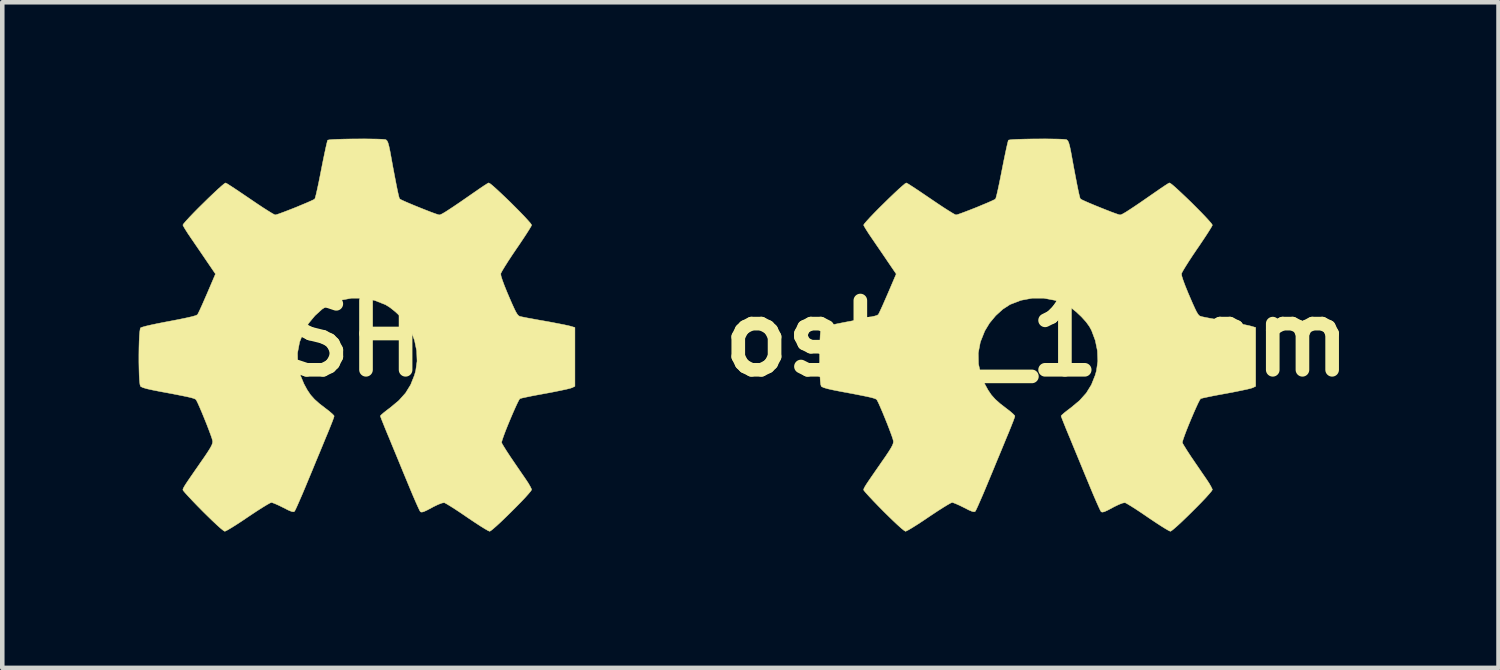
<source format=kicad_pcb>
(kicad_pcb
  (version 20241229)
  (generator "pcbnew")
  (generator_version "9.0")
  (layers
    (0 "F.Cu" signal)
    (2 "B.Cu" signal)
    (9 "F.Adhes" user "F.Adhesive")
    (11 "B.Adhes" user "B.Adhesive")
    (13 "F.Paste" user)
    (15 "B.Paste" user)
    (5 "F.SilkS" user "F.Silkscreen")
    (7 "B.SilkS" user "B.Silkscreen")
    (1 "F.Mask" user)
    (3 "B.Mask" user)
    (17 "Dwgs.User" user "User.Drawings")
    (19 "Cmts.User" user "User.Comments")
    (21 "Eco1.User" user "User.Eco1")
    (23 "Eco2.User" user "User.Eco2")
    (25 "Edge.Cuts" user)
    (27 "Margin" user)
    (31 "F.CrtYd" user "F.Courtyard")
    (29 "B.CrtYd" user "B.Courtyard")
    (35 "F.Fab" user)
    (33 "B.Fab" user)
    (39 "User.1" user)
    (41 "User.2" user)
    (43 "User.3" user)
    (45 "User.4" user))
  (footprint "oshw_10mm"
    (layer "F.Cu")
    (at 19.757 4.395)
    (property "Reference" "oshw_10mm" (at 0 0 0) (layer "F.SilkS") (effects (font (size 1.524 1.524) (thickness 0.3))))
    (attr through_hole)
    (fp_poly (pts (xy 0.332 -4.388) (xy 0.462 -4.386) (xy 0.566 -4.382) (xy 0.634 -4.376) (xy 0.657 -4.371) (xy 0.681 -4.348) (xy 0.702 -4.304) (xy 0.723 -4.228) (xy 0.747 -4.115) (xy 0.762 -4.033) (xy 0.811 -3.764) (xy 0.853 -3.543) (xy 0.887 -3.367) (xy 0.914 -3.235) (xy 0.935 -3.142) (xy 0.95 -3.088) (xy 0.959 -3.07) (xy 0.991 -3.051) (xy 1.062 -3.018) (xy 1.161 -2.975) (xy 1.278 -2.926) (xy 1.404 -2.875) (xy 1.53 -2.825) (xy 1.645 -2.78) (xy 1.741 -2.745) (xy 1.807 -2.723) (xy 1.831 -2.718) (xy 1.854 -2.723) (xy 1.893 -2.742) (xy 1.951 -2.775) (xy 2.032 -2.827) (xy 2.14 -2.898) (xy 2.279 -2.992) (xy 2.451 -3.111) (xy 2.627 -3.233) (xy 2.728 -3.303) (xy 2.816 -3.362) (xy 2.882 -3.404) (xy 2.915 -3.422) (xy 2.942 -3.409) (xy 2.998 -3.365) (xy 3.077 -3.295) (xy 3.173 -3.206) (xy 3.281 -3.104) (xy 3.395 -2.994) (xy 3.508 -2.881) (xy 3.615 -2.773) (xy 3.709 -2.675) (xy 3.785 -2.592) (xy 3.838 -2.531) (xy 3.86 -2.496) (xy 3.861 -2.494) (xy 3.847 -2.464) (xy 3.808 -2.399) (xy 3.748 -2.304) (xy 3.671 -2.187) (xy 3.582 -2.054) (xy 3.526 -1.973) (xy 3.43 -1.831) (xy 3.344 -1.7) (xy 3.272 -1.586) (xy 3.218 -1.497) (xy 3.187 -1.439) (xy 3.182 -1.422) (xy 3.188 -1.374) (xy 3.216 -1.285) (xy 3.262 -1.161) (xy 3.325 -1.006) (xy 3.358 -0.929) (xy 3.424 -0.776) (xy 3.475 -0.664) (xy 3.513 -0.586) (xy 3.544 -0.535) (xy 3.57 -0.504) (xy 3.596 -0.488) (xy 3.62 -0.481) (xy 3.669 -0.471) (xy 3.758 -0.453) (xy 3.879 -0.431) (xy 4.02 -0.405) (xy 4.153 -0.382) (xy 4.307 -0.354) (xy 4.451 -0.326) (xy 4.574 -0.302) (xy 4.666 -0.282) (xy 4.712 -0.271) (xy 4.813 -0.241) (xy 4.813 1.052) (xy 4.75 1.083) (xy 4.706 1.097) (xy 4.621 1.118) (xy 4.503 1.143) (xy 4.361 1.172) (xy 4.203 1.202) (xy 4.166 1.209) (xy 4.007 1.238) (xy 3.864 1.265) (xy 3.744 1.29) (xy 3.656 1.309) (xy 3.608 1.322) (xy 3.603 1.324) (xy 3.583 1.352) (xy 3.549 1.418) (xy 3.504 1.515) (xy 3.452 1.632) (xy 3.397 1.761) (xy 3.342 1.893) (xy 3.291 2.02) (xy 3.249 2.132) (xy 3.218 2.22) (xy 3.202 2.276) (xy 3.2 2.286) (xy 3.211 2.315) (xy 3.246 2.374) (xy 3.304 2.467) (xy 3.387 2.594) (xy 3.498 2.757) (xy 3.636 2.959) (xy 3.731 3.097) (xy 3.789 3.185) (xy 3.833 3.262) (xy 3.858 3.314) (xy 3.861 3.326) (xy 3.843 3.356) (xy 3.794 3.415) (xy 3.721 3.497) (xy 3.628 3.595) (xy 3.522 3.703) (xy 3.41 3.815) (xy 3.297 3.926) (xy 3.19 4.029) (xy 3.094 4.118) (xy 3.015 4.187) (xy 2.961 4.23) (xy 2.938 4.242) (xy 2.904 4.228) (xy 2.836 4.189) (xy 2.739 4.129) (xy 2.622 4.053) (xy 2.49 3.965) (xy 2.443 3.933) (xy 2.307 3.84) (xy 2.183 3.758) (xy 2.076 3.69) (xy 1.995 3.641) (xy 1.947 3.615) (xy 1.939 3.612) (xy 1.888 3.62) (xy 1.804 3.652) (xy 1.694 3.705) (xy 1.664 3.722) (xy 1.56 3.777) (xy 1.49 3.809) (xy 1.447 3.82) (xy 1.42 3.815) (xy 1.411 3.807) (xy 1.393 3.775) (xy 1.359 3.702) (xy 1.311 3.595) (xy 1.253 3.461) (xy 1.188 3.306) (xy 1.118 3.137) (xy 1.037 2.942) (xy 0.953 2.737) (xy 0.87 2.536) (xy 0.793 2.35) (xy 0.728 2.191) (xy 0.695 2.113) (xy 0.641 1.982) (xy 0.595 1.867) (xy 0.559 1.777) (xy 0.538 1.72) (xy 0.533 1.704) (xy 0.553 1.681) (xy 0.604 1.636) (xy 0.68 1.576) (xy 0.748 1.525) (xy 0.94 1.365) (xy 1.088 1.2) (xy 1.2 1.018) (xy 1.283 0.81) (xy 1.311 0.711) (xy 1.341 0.499) (xy 1.332 0.271) (xy 1.285 0.042) (xy 1.204 -0.175) (xy 1.157 -0.262) (xy 1.084 -0.363) (xy 0.982 -0.476) (xy 0.864 -0.587) (xy 0.746 -0.681) (xy 0.647 -0.743) (xy 0.405 -0.838) (xy 0.153 -0.886) (xy -0.102 -0.886) (xy -0.352 -0.839) (xy -0.59 -0.747) (xy -0.75 -0.643) (xy -0.905 -0.502) (xy -1.042 -0.337) (xy -1.146 -0.165) (xy -1.243 0.079) (xy -1.289 0.321) (xy -1.284 0.561) (xy -1.229 0.803) (xy -1.146 1.002) (xy -1.074 1.134) (xy -1.001 1.242) (xy -0.914 1.339) (xy -0.804 1.437) (xy -0.678 1.534) (xy -0.593 1.599) (xy -0.527 1.656) (xy -0.489 1.695) (xy -0.483 1.707) (xy -0.492 1.74) (xy -0.517 1.81) (xy -0.556 1.909) (xy -0.603 2.026) (xy -0.62 2.068) (xy -0.668 2.182) (xy -0.73 2.333) (xy -0.803 2.51) (xy -0.884 2.704) (xy -0.966 2.904) (xy -1.042 3.086) (xy -1.115 3.262) (xy -1.183 3.424) (xy -1.244 3.564) (xy -1.294 3.678) (xy -1.331 3.758) (xy -1.353 3.8) (xy -1.355 3.803) (xy -1.38 3.813) (xy -1.424 3.804) (xy -1.496 3.774) (xy -1.6 3.721) (xy -1.699 3.672) (xy -1.785 3.634) (xy -1.846 3.611) (xy -1.863 3.608) (xy -1.897 3.621) (xy -1.966 3.66) (xy -2.063 3.719) (xy -2.182 3.795) (xy -2.315 3.883) (xy -2.376 3.924) (xy -2.514 4.017) (xy -2.64 4.099) (xy -2.747 4.166) (xy -2.829 4.214) (xy -2.879 4.239) (xy -2.889 4.242) (xy -2.92 4.224) (xy -2.981 4.175) (xy -3.068 4.097) (xy -3.174 3.997) (xy -3.296 3.878) (xy -3.373 3.802) (xy -3.494 3.679) (xy -3.603 3.566) (xy -3.693 3.47) (xy -3.761 3.395) (xy -3.801 3.347) (xy -3.81 3.331) (xy -3.808 3.315) (xy -3.8 3.294) (xy -3.783 3.262) (xy -3.754 3.214) (xy -3.709 3.146) (xy -3.645 3.052) (xy -3.558 2.926) (xy -3.446 2.765) (xy -3.434 2.747) (xy -3.333 2.602) (xy -3.259 2.491) (xy -3.208 2.409) (xy -3.176 2.349) (xy -3.16 2.305) (xy -3.155 2.27) (xy -3.157 2.252) (xy -3.17 2.202) (xy -3.199 2.118) (xy -3.24 2.008) (xy -3.288 1.883) (xy -3.341 1.752) (xy -3.393 1.625) (xy -3.442 1.511) (xy -3.483 1.419) (xy -3.513 1.36) (xy -3.524 1.343) (xy -3.545 1.33) (xy -3.585 1.315) (xy -3.649 1.297) (xy -3.743 1.276) (xy -3.872 1.25) (xy -4.039 1.217) (xy -4.251 1.178) (xy -4.305 1.168) (xy -4.477 1.134) (xy -4.603 1.106) (xy -4.688 1.081) (xy -4.734 1.059) (xy -4.743 1.05) (xy -4.755 1.009) (xy -4.764 0.927) (xy -4.771 0.813) (xy -4.775 0.675) (xy -4.778 0.522) (xy -4.778 0.363) (xy -4.776 0.206) (xy -4.772 0.061) (xy -4.766 -0.065) (xy -4.757 -0.162) (xy -4.747 -0.221) (xy -4.741 -0.234) (xy -4.706 -0.248) (xy -4.63 -0.27) (xy -4.517 -0.296) (xy -4.376 -0.326) (xy -4.214 -0.358) (xy -4.112 -0.377) (xy -3.904 -0.417) (xy -3.735 -0.452) (xy -3.608 -0.481) (xy -3.525 -0.505) (xy -3.49 -0.523) (xy -3.471 -0.557) (xy -3.436 -0.63) (xy -3.389 -0.733) (xy -3.334 -0.859) (xy -3.277 -0.989) (xy -3.093 -1.419) (xy -3.263 -1.668) (xy -3.349 -1.795) (xy -3.45 -1.943) (xy -3.552 -2.092) (xy -3.621 -2.193) (xy -3.692 -2.297) (xy -3.75 -2.388) (xy -3.791 -2.456) (xy -3.81 -2.493) (xy -3.81 -2.496) (xy -3.793 -2.524) (xy -3.744 -2.581) (xy -3.671 -2.661) (xy -3.579 -2.757) (xy -3.474 -2.864) (xy -3.361 -2.975) (xy -3.248 -3.086) (xy -3.139 -3.19) (xy -3.041 -3.282) (xy -2.96 -3.354) (xy -2.902 -3.403) (xy -2.871 -3.421) (xy -2.87 -3.421) (xy -2.839 -3.405) (xy -2.773 -3.363) (xy -2.677 -3.301) (xy -2.559 -3.222) (xy -2.423 -3.13) (xy -2.327 -3.065) (xy -2.184 -2.968) (xy -2.053 -2.881) (xy -1.94 -2.809) (xy -1.852 -2.755) (xy -1.796 -2.724) (xy -1.778 -2.718) (xy -1.74 -2.727) (xy -1.666 -2.753) (xy -1.564 -2.791) (xy -1.445 -2.837) (xy -1.318 -2.887) (xy -1.194 -2.939) (xy -1.081 -2.986) (xy -0.989 -3.027) (xy -0.928 -3.056) (xy -0.91 -3.068) (xy -0.898 -3.099) (xy -0.879 -3.172) (xy -0.854 -3.282) (xy -0.824 -3.421) (xy -0.792 -3.581) (xy -0.765 -3.718) (xy -0.731 -3.89) (xy -0.699 -4.045) (xy -0.671 -4.177) (xy -0.648 -4.278) (xy -0.632 -4.342) (xy -0.625 -4.362) (xy -0.593 -4.369) (xy -0.519 -4.376) (xy -0.411 -4.381) (xy -0.278 -4.385) (xy -0.129 -4.388) (xy 0.028 -4.389) (xy 0.185 -4.39) (xy 0.332 -4.388)) (stroke (width 0.01) (type solid)) (fill yes) (layer "F.SilkS")))
  (footprint "OSHW"
    (layer "F.Cu")
    (at 4.783 4.395)
    (property "Reference" "OSHW" (at 0 0 0) (layer "F.SilkS") (effects (font (size 1.524 1.524) (thickness 0.3))))
    (attr through_hole)
    (fp_poly (pts (xy 0.332 -4.388) (xy 0.462 -4.386) (xy 0.566 -4.382) (xy 0.634 -4.376) (xy 0.657 -4.371) (xy 0.681 -4.348) (xy 0.702 -4.304) (xy 0.723 -4.228) (xy 0.747 -4.115) (xy 0.762 -4.033) (xy 0.811 -3.764) (xy 0.853 -3.543) (xy 0.887 -3.367) (xy 0.914 -3.235) (xy 0.935 -3.142) (xy 0.95 -3.088) (xy 0.959 -3.07) (xy 0.991 -3.051) (xy 1.062 -3.018) (xy 1.161 -2.975) (xy 1.278 -2.926) (xy 1.404 -2.875) (xy 1.53 -2.825) (xy 1.645 -2.78) (xy 1.741 -2.745) (xy 1.807 -2.723) (xy 1.831 -2.718) (xy 1.854 -2.723) (xy 1.893 -2.742) (xy 1.951 -2.775) (xy 2.032 -2.827) (xy 2.14 -2.898) (xy 2.279 -2.992) (xy 2.451 -3.111) (xy 2.627 -3.233) (xy 2.728 -3.303) (xy 2.816 -3.362) (xy 2.882 -3.404) (xy 2.915 -3.422) (xy 2.942 -3.409) (xy 2.998 -3.365) (xy 3.077 -3.295) (xy 3.173 -3.206) (xy 3.281 -3.104) (xy 3.395 -2.994) (xy 3.508 -2.881) (xy 3.615 -2.773) (xy 3.709 -2.675) (xy 3.785 -2.592) (xy 3.838 -2.531) (xy 3.86 -2.496) (xy 3.861 -2.494) (xy 3.847 -2.464) (xy 3.808 -2.399) (xy 3.748 -2.304) (xy 3.671 -2.187) (xy 3.582 -2.054) (xy 3.526 -1.973) (xy 3.43 -1.831) (xy 3.344 -1.7) (xy 3.272 -1.586) (xy 3.218 -1.497) (xy 3.187 -1.439) (xy 3.182 -1.422) (xy 3.188 -1.374) (xy 3.216 -1.285) (xy 3.262 -1.161) (xy 3.325 -1.006) (xy 3.358 -0.929) (xy 3.424 -0.776) (xy 3.475 -0.664) (xy 3.513 -0.586) (xy 3.544 -0.535) (xy 3.57 -0.504) (xy 3.596 -0.488) (xy 3.62 -0.481) (xy 3.669 -0.471) (xy 3.758 -0.453) (xy 3.879 -0.431) (xy 4.02 -0.405) (xy 4.153 -0.382) (xy 4.307 -0.354) (xy 4.451 -0.326) (xy 4.574 -0.302) (xy 4.666 -0.282) (xy 4.712 -0.271) (xy 4.813 -0.241) (xy 4.813 1.052) (xy 4.75 1.083) (xy 4.706 1.097) (xy 4.621 1.118) (xy 4.503 1.143) (xy 4.361 1.172) (xy 4.203 1.202) (xy 4.166 1.209) (xy 4.007 1.238) (xy 3.864 1.265) (xy 3.744 1.29) (xy 3.656 1.309) (xy 3.608 1.322) (xy 3.603 1.324) (xy 3.583 1.352) (xy 3.549 1.418) (xy 3.504 1.515) (xy 3.452 1.632) (xy 3.397 1.761) (xy 3.342 1.893) (xy 3.291 2.02) (xy 3.249 2.132) (xy 3.218 2.22) (xy 3.202 2.276) (xy 3.2 2.286) (xy 3.211 2.315) (xy 3.246 2.374) (xy 3.304 2.467) (xy 3.387 2.594) (xy 3.498 2.757) (xy 3.636 2.959) (xy 3.731 3.097) (xy 3.789 3.185) (xy 3.833 3.262) (xy 3.858 3.314) (xy 3.861 3.326) (xy 3.843 3.356) (xy 3.794 3.415) (xy 3.721 3.497) (xy 3.628 3.595) (xy 3.522 3.703) (xy 3.41 3.815) (xy 3.297 3.926) (xy 3.19 4.029) (xy 3.094 4.118) (xy 3.015 4.187) (xy 2.961 4.23) (xy 2.938 4.242) (xy 2.904 4.228) (xy 2.836 4.189) (xy 2.739 4.129) (xy 2.622 4.053) (xy 2.49 3.965) (xy 2.443 3.933) (xy 2.307 3.84) (xy 2.183 3.758) (xy 2.076 3.69) (xy 1.995 3.641) (xy 1.947 3.615) (xy 1.939 3.612) (xy 1.888 3.62) (xy 1.804 3.652) (xy 1.694 3.705) (xy 1.664 3.722) (xy 1.56 3.777) (xy 1.49 3.809) (xy 1.447 3.82) (xy 1.42 3.815) (xy 1.411 3.807) (xy 1.393 3.775) (xy 1.359 3.702) (xy 1.311 3.595) (xy 1.253 3.461) (xy 1.188 3.306) (xy 1.118 3.137) (xy 1.037 2.942) (xy 0.953 2.737) (xy 0.87 2.536) (xy 0.793 2.35) (xy 0.728 2.191) (xy 0.695 2.113) (xy 0.641 1.982) (xy 0.595 1.867) (xy 0.559 1.777) (xy 0.538 1.72) (xy 0.533 1.704) (xy 0.553 1.681) (xy 0.604 1.636) (xy 0.68 1.576) (xy 0.748 1.525) (xy 0.94 1.365) (xy 1.088 1.2) (xy 1.2 1.018) (xy 1.283 0.81) (xy 1.311 0.711) (xy 1.341 0.499) (xy 1.332 0.271) (xy 1.285 0.042) (xy 1.204 -0.175) (xy 1.157 -0.262) (xy 1.084 -0.363) (xy 0.982 -0.476) (xy 0.864 -0.587) (xy 0.746 -0.681) (xy 0.647 -0.743) (xy 0.405 -0.838) (xy 0.153 -0.886) (xy -0.102 -0.886) (xy -0.352 -0.839) (xy -0.59 -0.747) (xy -0.75 -0.643) (xy -0.905 -0.502) (xy -1.042 -0.337) (xy -1.146 -0.165) (xy -1.243 0.079) (xy -1.289 0.321) (xy -1.284 0.561) (xy -1.229 0.803) (xy -1.146 1.002) (xy -1.074 1.134) (xy -1.001 1.242) (xy -0.914 1.339) (xy -0.804 1.437) (xy -0.678 1.534) (xy -0.593 1.599) (xy -0.527 1.656) (xy -0.489 1.695) (xy -0.483 1.707) (xy -0.492 1.74) (xy -0.517 1.81) (xy -0.556 1.909) (xy -0.603 2.026) (xy -0.62 2.068) (xy -0.668 2.182) (xy -0.73 2.333) (xy -0.803 2.51) (xy -0.884 2.704) (xy -0.966 2.904) (xy -1.042 3.086) (xy -1.115 3.262) (xy -1.183 3.424) (xy -1.244 3.564) (xy -1.294 3.678) (xy -1.331 3.758) (xy -1.353 3.8) (xy -1.355 3.803) (xy -1.38 3.813) (xy -1.424 3.804) (xy -1.496 3.774) (xy -1.6 3.721) (xy -1.699 3.672) (xy -1.785 3.634) (xy -1.846 3.611) (xy -1.863 3.608) (xy -1.897 3.621) (xy -1.966 3.66) (xy -2.063 3.719) (xy -2.182 3.795) (xy -2.315 3.883) (xy -2.376 3.924) (xy -2.514 4.017) (xy -2.64 4.099) (xy -2.747 4.166) (xy -2.829 4.214) (xy -2.879 4.239) (xy -2.889 4.242) (xy -2.92 4.224) (xy -2.981 4.175) (xy -3.068 4.097) (xy -3.174 3.997) (xy -3.296 3.878) (xy -3.373 3.802) (xy -3.494 3.679) (xy -3.603 3.566) (xy -3.693 3.47) (xy -3.761 3.395) (xy -3.801 3.347) (xy -3.81 3.331) (xy -3.808 3.315) (xy -3.8 3.294) (xy -3.783 3.262) (xy -3.754 3.214) (xy -3.709 3.146) (xy -3.645 3.052) (xy -3.558 2.926) (xy -3.446 2.765) (xy -3.434 2.747) (xy -3.333 2.602) (xy -3.259 2.491) (xy -3.208 2.409) (xy -3.176 2.349) (xy -3.16 2.305) (xy -3.155 2.27) (xy -3.157 2.252) (xy -3.17 2.202) (xy -3.199 2.118) (xy -3.24 2.008) (xy -3.288 1.883) (xy -3.341 1.752) (xy -3.393 1.625) (xy -3.442 1.511) (xy -3.483 1.419) (xy -3.513 1.36) (xy -3.524 1.343) (xy -3.545 1.33) (xy -3.585 1.315) (xy -3.649 1.297) (xy -3.743 1.276) (xy -3.872 1.25) (xy -4.039 1.217) (xy -4.251 1.178) (xy -4.305 1.168) (xy -4.477 1.134) (xy -4.603 1.106) (xy -4.688 1.081) (xy -4.734 1.059) (xy -4.743 1.05) (xy -4.755 1.009) (xy -4.764 0.927) (xy -4.771 0.813) (xy -4.775 0.675) (xy -4.778 0.522) (xy -4.778 0.363) (xy -4.776 0.206) (xy -4.772 0.061) (xy -4.766 -0.065) (xy -4.757 -0.162) (xy -4.747 -0.221) (xy -4.741 -0.234) (xy -4.706 -0.248) (xy -4.63 -0.27) (xy -4.517 -0.296) (xy -4.376 -0.326) (xy -4.214 -0.358) (xy -4.112 -0.377) (xy -3.904 -0.417) (xy -3.735 -0.452) (xy -3.608 -0.481) (xy -3.525 -0.505) (xy -3.49 -0.523) (xy -3.471 -0.557) (xy -3.436 -0.63) (xy -3.389 -0.733) (xy -3.334 -0.859) (xy -3.277 -0.989) (xy -3.093 -1.419) (xy -3.263 -1.668) (xy -3.349 -1.795) (xy -3.45 -1.943) (xy -3.552 -2.092) (xy -3.621 -2.193) (xy -3.692 -2.297) (xy -3.75 -2.388) (xy -3.791 -2.456) (xy -3.81 -2.493) (xy -3.81 -2.496) (xy -3.793 -2.524) (xy -3.744 -2.581) (xy -3.671 -2.661) (xy -3.579 -2.757) (xy -3.474 -2.864) (xy -3.361 -2.975) (xy -3.248 -3.086) (xy -3.139 -3.19) (xy -3.041 -3.282) (xy -2.96 -3.354) (xy -2.902 -3.403) (xy -2.871 -3.421) (xy -2.87 -3.421) (xy -2.839 -3.405) (xy -2.773 -3.363) (xy -2.677 -3.301) (xy -2.559 -3.222) (xy -2.423 -3.13) (xy -2.327 -3.065) (xy -2.184 -2.968) (xy -2.053 -2.881) (xy -1.94 -2.809) (xy -1.852 -2.755) (xy -1.796 -2.724) (xy -1.778 -2.718) (xy -1.74 -2.727) (xy -1.666 -2.753) (xy -1.564 -2.791) (xy -1.445 -2.837) (xy -1.318 -2.887) (xy -1.194 -2.939) (xy -1.081 -2.986) (xy -0.989 -3.027) (xy -0.928 -3.056) (xy -0.91 -3.068) (xy -0.898 -3.099) (xy -0.879 -3.172) (xy -0.854 -3.282) (xy -0.824 -3.421) (xy -0.792 -3.581) (xy -0.765 -3.718) (xy -0.731 -3.89) (xy -0.699 -4.045) (xy -0.671 -4.177) (xy -0.648 -4.278) (xy -0.632 -4.342) (xy -0.625 -4.362) (xy -0.593 -4.369) (xy -0.519 -4.376) (xy -0.411 -4.381) (xy -0.278 -4.385) (xy -0.129 -4.388) (xy 0.028 -4.389) (xy 0.185 -4.39) (xy 0.332 -4.388)) (stroke (width 0.01) (type solid)) (fill yes) (layer "F.SilkS")))
  (gr_rect
    (start -3 -3)
    (end 29.912 11.641)
    (stroke (width 0.1) (type default))
    (fill no)
    (layer "Edge.Cuts")))
</source>
